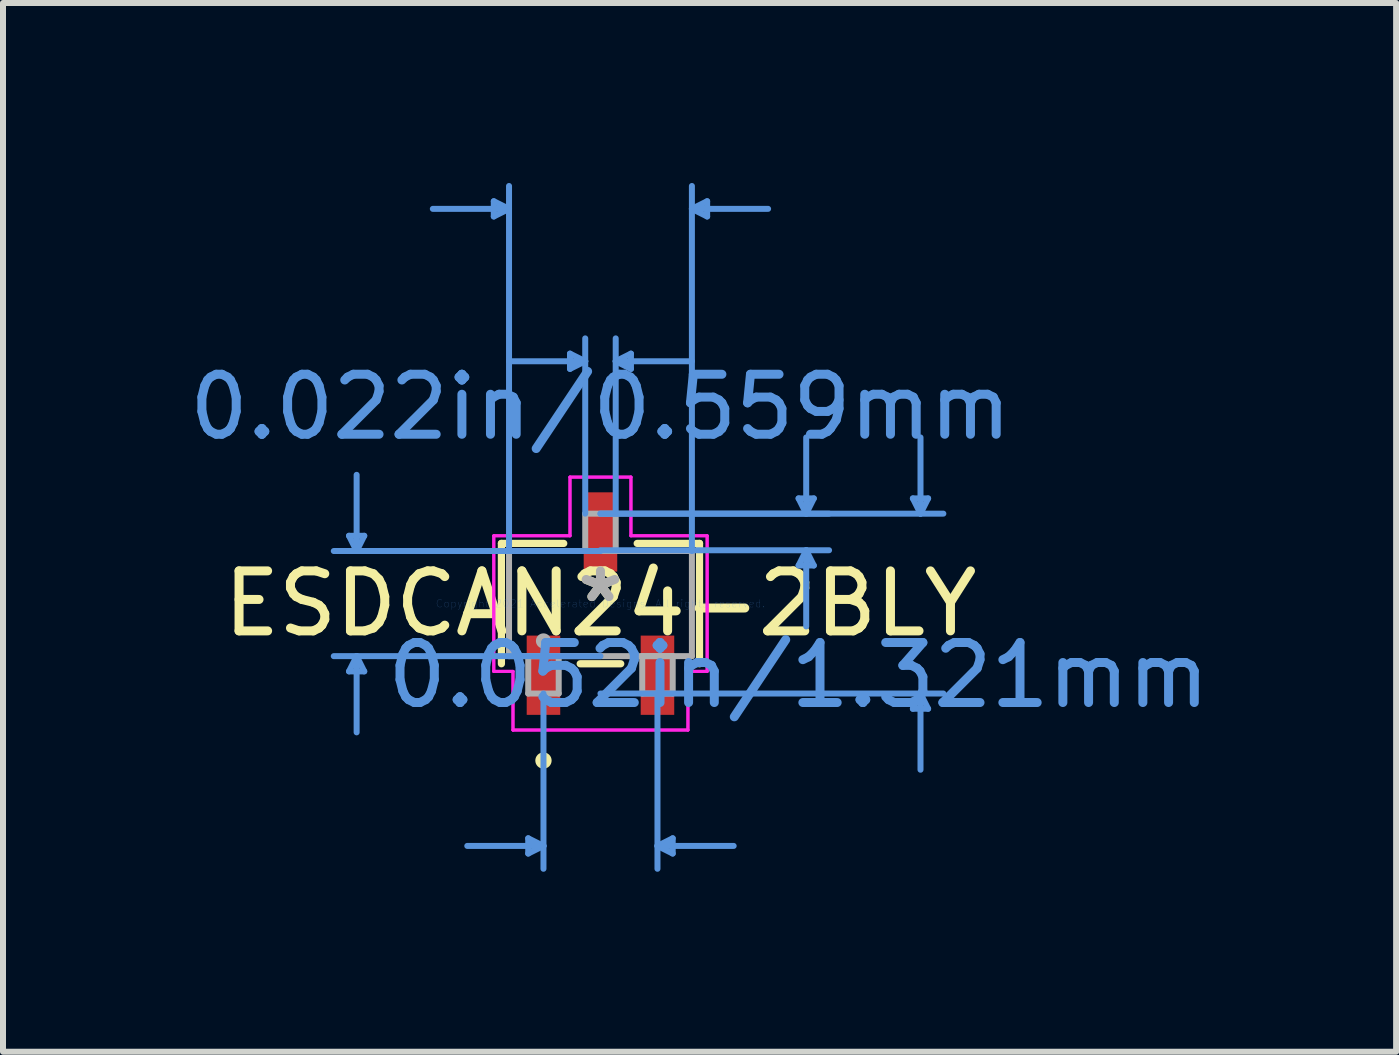
<source format=kicad_pcb>
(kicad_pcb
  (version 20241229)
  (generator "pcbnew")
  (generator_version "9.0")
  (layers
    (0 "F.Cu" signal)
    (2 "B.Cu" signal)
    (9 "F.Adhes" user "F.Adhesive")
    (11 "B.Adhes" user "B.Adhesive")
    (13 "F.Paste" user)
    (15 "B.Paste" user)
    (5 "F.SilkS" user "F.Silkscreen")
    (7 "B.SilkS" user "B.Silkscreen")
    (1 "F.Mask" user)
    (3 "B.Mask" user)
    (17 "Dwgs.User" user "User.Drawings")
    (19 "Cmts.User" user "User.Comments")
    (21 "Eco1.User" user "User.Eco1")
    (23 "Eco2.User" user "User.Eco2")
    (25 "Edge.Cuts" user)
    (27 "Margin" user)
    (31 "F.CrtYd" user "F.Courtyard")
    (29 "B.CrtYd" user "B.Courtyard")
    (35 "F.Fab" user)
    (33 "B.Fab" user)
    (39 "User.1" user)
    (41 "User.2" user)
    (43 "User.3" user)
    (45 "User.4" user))
  (footprint "ESDCAN24-2BLY"
    (layer "F.Cu")
    (at 6.958 7.01)
    (property "Reference" "ESDCAN24-2BLY" (at 0 0 0) (layer "F.SilkS") (effects (font (size 1 1) (thickness 0.15))))
    (attr through_hole)
    (fp_line (start -1.651 -1.003) (end -1.651 1.003) (stroke (width 0.12) (type solid)) (layer "F.SilkS"))
    (fp_line (start -0.612 -1.003) (end -1.651 -1.003) (stroke (width 0.12) (type solid)) (layer "F.SilkS"))
    (fp_line (start -0.338 1.003) (end 0.338 1.003) (stroke (width 0.12) (type solid)) (layer "F.SilkS"))
    (fp_line (start 1.651 -1.003) (end 0.612 -1.003) (stroke (width 0.12) (type solid)) (layer "F.SilkS"))
    (fp_line (start 1.651 1.003) (end 1.651 -1.003) (stroke (width 0.12) (type solid)) (layer "F.SilkS"))
    (fp_circle (center -0.95 2.616) (end -0.874 2.616) (stroke (width 0.12) (type solid)) (fill no) (layer "F.SilkS"))
    (fp_line (start -4.191 -1.13) (end -3.937 -1.13) (stroke (width 0.1) (type solid)) (layer "Cmts.User"))
    (fp_line (start -4.191 1.13) (end -3.937 1.13) (stroke (width 0.1) (type solid)) (layer "Cmts.User"))
    (fp_line (start -4.064 -0.876) (end -4.191 -1.13) (stroke (width 0.1) (type solid)) (layer "Cmts.User"))
    (fp_line (start -4.064 -0.876) (end -4.064 -2.146) (stroke (width 0.1) (type solid)) (layer "Cmts.User"))
    (fp_line (start -4.064 -0.876) (end -3.937 -1.13) (stroke (width 0.1) (type solid)) (layer "Cmts.User"))
    (fp_line (start -4.064 0.876) (end -4.191 1.13) (stroke (width 0.1) (type solid)) (layer "Cmts.User"))
    (fp_line (start -4.064 0.876) (end -4.064 2.146) (stroke (width 0.1) (type solid)) (layer "Cmts.User"))
    (fp_line (start -4.064 0.876) (end -3.937 1.13) (stroke (width 0.1) (type solid)) (layer "Cmts.User"))
    (fp_line (start -1.778 -6.706) (end -1.778 -6.452) (stroke (width 0.1) (type solid)) (layer "Cmts.User"))
    (fp_line (start -1.524 -6.579) (end -2.794 -6.579) (stroke (width 0.1) (type solid)) (layer "Cmts.User"))
    (fp_line (start -1.524 -6.579) (end -1.778 -6.706) (stroke (width 0.1) (type solid)) (layer "Cmts.User"))
    (fp_line (start -1.524 -6.579) (end -1.778 -6.452) (stroke (width 0.1) (type solid)) (layer "Cmts.User"))
    (fp_line (start -1.524 -0.876) (end -1.524 -6.96) (stroke (width 0.1) (type solid)) (layer "Cmts.User"))
    (fp_line (start -1.204 3.912) (end -1.204 4.166) (stroke (width 0.1) (type solid)) (layer "Cmts.User"))
    (fp_line (start -0.95 1.499) (end -0.95 4.42) (stroke (width 0.1) (type solid)) (layer "Cmts.User"))
    (fp_line (start -0.95 4.039) (end -2.22 4.039) (stroke (width 0.1) (type solid)) (layer "Cmts.User"))
    (fp_line (start -0.95 4.039) (end -1.204 3.912) (stroke (width 0.1) (type solid)) (layer "Cmts.User"))
    (fp_line (start -0.95 4.039) (end -1.204 4.166) (stroke (width 0.1) (type solid)) (layer "Cmts.User"))
    (fp_line (start -0.508 -4.166) (end -0.508 -3.912) (stroke (width 0.1) (type solid)) (layer "Cmts.User"))
    (fp_line (start -0.254 -4.039) (end -1.524 -4.039) (stroke (width 0.1) (type solid)) (layer "Cmts.User"))
    (fp_line (start -0.254 -4.039) (end -0.508 -4.166) (stroke (width 0.1) (type solid)) (layer "Cmts.User"))
    (fp_line (start -0.254 -4.039) (end -0.508 -3.912) (stroke (width 0.1) (type solid)) (layer "Cmts.User"))
    (fp_line (start -0.254 -1.499) (end -0.254 -4.42) (stroke (width 0.1) (type solid)) (layer "Cmts.User"))
    (fp_line (start 0 -1.499) (end 3.81 -1.499) (stroke (width 0.1) (type solid)) (layer "Cmts.User"))
    (fp_line (start 0 -1.499) (end 5.715 -1.499) (stroke (width 0.1) (type solid)) (layer "Cmts.User"))
    (fp_line (start 0 -0.889) (end 3.81 -0.889) (stroke (width 0.1) (type solid)) (layer "Cmts.User"))
    (fp_line (start 0 -0.876) (end -4.445 -0.876) (stroke (width 0.1) (type solid)) (layer "Cmts.User"))
    (fp_line (start 0 0.876) (end -4.445 0.876) (stroke (width 0.1) (type solid)) (layer "Cmts.User"))
    (fp_line (start 0 1.499) (end 5.715 1.499) (stroke (width 0.1) (type solid)) (layer "Cmts.User"))
    (fp_line (start 0.254 -4.039) (end 0.508 -4.166) (stroke (width 0.1) (type solid)) (layer "Cmts.User"))
    (fp_line (start 0.254 -4.039) (end 0.508 -3.912) (stroke (width 0.1) (type solid)) (layer "Cmts.User"))
    (fp_line (start 0.254 -4.039) (end 1.524 -4.039) (stroke (width 0.1) (type solid)) (layer "Cmts.User"))
    (fp_line (start 0.254 -1.499) (end 0.254 -4.42) (stroke (width 0.1) (type solid)) (layer "Cmts.User"))
    (fp_line (start 0.508 -4.166) (end 0.508 -3.912) (stroke (width 0.1) (type solid)) (layer "Cmts.User"))
    (fp_line (start 0.95 1.499) (end 0.95 4.42) (stroke (width 0.1) (type solid)) (layer "Cmts.User"))
    (fp_line (start 0.95 4.039) (end 1.204 3.912) (stroke (width 0.1) (type solid)) (layer "Cmts.User"))
    (fp_line (start 0.95 4.039) (end 1.204 4.166) (stroke (width 0.1) (type solid)) (layer "Cmts.User"))
    (fp_line (start 0.95 4.039) (end 2.22 4.039) (stroke (width 0.1) (type solid)) (layer "Cmts.User"))
    (fp_line (start 1.204 3.912) (end 1.204 4.166) (stroke (width 0.1) (type solid)) (layer "Cmts.User"))
    (fp_line (start 1.524 -6.579) (end 1.778 -6.706) (stroke (width 0.1) (type solid)) (layer "Cmts.User"))
    (fp_line (start 1.524 -6.579) (end 1.778 -6.452) (stroke (width 0.1) (type solid)) (layer "Cmts.User"))
    (fp_line (start 1.524 -6.579) (end 2.794 -6.579) (stroke (width 0.1) (type solid)) (layer "Cmts.User"))
    (fp_line (start 1.524 -0.876) (end 1.524 -6.96) (stroke (width 0.1) (type solid)) (layer "Cmts.User"))
    (fp_line (start 1.778 -6.706) (end 1.778 -6.452) (stroke (width 0.1) (type solid)) (layer "Cmts.User"))
    (fp_line (start 3.302 -1.753) (end 3.556 -1.753) (stroke (width 0.1) (type solid)) (layer "Cmts.User"))
    (fp_line (start 3.302 -0.635) (end 3.556 -0.635) (stroke (width 0.1) (type solid)) (layer "Cmts.User"))
    (fp_line (start 3.429 -1.499) (end 3.302 -1.753) (stroke (width 0.1) (type solid)) (layer "Cmts.User"))
    (fp_line (start 3.429 -1.499) (end 3.429 -2.769) (stroke (width 0.1) (type solid)) (layer "Cmts.User"))
    (fp_line (start 3.429 -1.499) (end 3.556 -1.753) (stroke (width 0.1) (type solid)) (layer "Cmts.User"))
    (fp_line (start 3.429 -0.889) (end 3.302 -0.635) (stroke (width 0.1) (type solid)) (layer "Cmts.User"))
    (fp_line (start 3.429 -0.889) (end 3.429 0.381) (stroke (width 0.1) (type solid)) (layer "Cmts.User"))
    (fp_line (start 3.429 -0.889) (end 3.556 -0.635) (stroke (width 0.1) (type solid)) (layer "Cmts.User"))
    (fp_line (start 5.207 -1.753) (end 5.461 -1.753) (stroke (width 0.1) (type solid)) (layer "Cmts.User"))
    (fp_line (start 5.207 1.753) (end 5.461 1.753) (stroke (width 0.1) (type solid)) (layer "Cmts.User"))
    (fp_line (start 5.334 -1.499) (end 5.207 -1.753) (stroke (width 0.1) (type solid)) (layer "Cmts.User"))
    (fp_line (start 5.334 -1.499) (end 5.334 -2.769) (stroke (width 0.1) (type solid)) (layer "Cmts.User"))
    (fp_line (start 5.334 -1.499) (end 5.461 -1.753) (stroke (width 0.1) (type solid)) (layer "Cmts.User"))
    (fp_line (start 5.334 1.499) (end 5.207 1.753) (stroke (width 0.1) (type solid)) (layer "Cmts.User"))
    (fp_line (start 5.334 1.499) (end 5.334 2.769) (stroke (width 0.1) (type solid)) (layer "Cmts.User"))
    (fp_line (start 5.334 1.499) (end 5.461 1.753) (stroke (width 0.1) (type solid)) (layer "Cmts.User"))
    (fp_line (start -1.778 -1.13) (end -0.508 -1.13) (stroke (width 0.05) (type solid)) (layer "F.CrtYd"))
    (fp_line (start -1.778 -1.13) (end -0.508 -1.13) (stroke (width 0.05) (type solid)) (layer "F.CrtYd"))
    (fp_line (start -1.778 1.13) (end -1.778 -1.13) (stroke (width 0.05) (type solid)) (layer "F.CrtYd"))
    (fp_line (start -1.778 1.13) (end -1.778 -1.13) (stroke (width 0.05) (type solid)) (layer "F.CrtYd"))
    (fp_line (start -1.778 1.13) (end -1.458 1.13) (stroke (width 0.05) (type solid)) (layer "F.CrtYd"))
    (fp_line (start -1.458 1.13) (end -1.778 1.13) (stroke (width 0.05) (type solid)) (layer "F.CrtYd"))
    (fp_line (start -1.458 1.13) (end -1.458 2.108) (stroke (width 0.05) (type solid)) (layer "F.CrtYd"))
    (fp_line (start -1.458 2.108) (end -1.458 1.13) (stroke (width 0.05) (type solid)) (layer "F.CrtYd"))
    (fp_line (start -1.458 2.108) (end 1.458 2.108) (stroke (width 0.05) (type solid)) (layer "F.CrtYd"))
    (fp_line (start -0.508 -2.108) (end 0.508 -2.108) (stroke (width 0.05) (type solid)) (layer "F.CrtYd"))
    (fp_line (start -0.508 -2.108) (end 0.508 -2.108) (stroke (width 0.05) (type solid)) (layer "F.CrtYd"))
    (fp_line (start -0.508 -1.13) (end -0.508 -2.108) (stroke (width 0.05) (type solid)) (layer "F.CrtYd"))
    (fp_line (start -0.508 -1.13) (end -0.508 -2.108) (stroke (width 0.05) (type solid)) (layer "F.CrtYd"))
    (fp_line (start 0.508 -2.108) (end 0.508 -1.13) (stroke (width 0.05) (type solid)) (layer "F.CrtYd"))
    (fp_line (start 0.508 -1.13) (end 0.508 -2.108) (stroke (width 0.05) (type solid)) (layer "F.CrtYd"))
    (fp_line (start 0.508 -1.13) (end 1.778 -1.13) (stroke (width 0.05) (type solid)) (layer "F.CrtYd"))
    (fp_line (start 1.458 1.13) (end 1.458 2.108) (stroke (width 0.05) (type solid)) (layer "F.CrtYd"))
    (fp_line (start 1.458 1.13) (end 1.458 2.108) (stroke (width 0.05) (type solid)) (layer "F.CrtYd"))
    (fp_line (start 1.458 2.108) (end -1.458 2.108) (stroke (width 0.05) (type solid)) (layer "F.CrtYd"))
    (fp_line (start 1.778 -1.13) (end 0.508 -1.13) (stroke (width 0.05) (type solid)) (layer "F.CrtYd"))
    (fp_line (start 1.778 -1.13) (end 1.778 1.13) (stroke (width 0.05) (type solid)) (layer "F.CrtYd"))
    (fp_line (start 1.778 -1.13) (end 1.778 1.13) (stroke (width 0.05) (type solid)) (layer "F.CrtYd"))
    (fp_line (start 1.778 1.13) (end 1.458 1.13) (stroke (width 0.05) (type solid)) (layer "F.CrtYd"))
    (fp_line (start 1.778 1.13) (end 1.458 1.13) (stroke (width 0.05) (type solid)) (layer "F.CrtYd"))
    (fp_line (start -1.524 -0.876) (end -1.524 0.876) (stroke (width 0.1) (type solid)) (layer "F.Fab"))
    (fp_line (start -1.524 0.876) (end 1.524 0.876) (stroke (width 0.1) (type solid)) (layer "F.Fab"))
    (fp_line (start -1.204 0.876) (end -1.204 1.499) (stroke (width 0.1) (type solid)) (layer "F.Fab"))
    (fp_line (start -1.204 1.499) (end -0.696 1.499) (stroke (width 0.1) (type solid)) (layer "F.Fab"))
    (fp_line (start -0.696 0.876) (end -1.204 0.876) (stroke (width 0.1) (type solid)) (layer "F.Fab"))
    (fp_line (start -0.696 1.499) (end -0.696 0.876) (stroke (width 0.1) (type solid)) (layer "F.Fab"))
    (fp_line (start -0.254 -1.499) (end -0.254 -0.876) (stroke (width 0.1) (type solid)) (layer "F.Fab"))
    (fp_line (start -0.254 -0.876) (end 0.254 -0.876) (stroke (width 0.1) (type solid)) (layer "F.Fab"))
    (fp_line (start 0.254 -1.499) (end -0.254 -1.499) (stroke (width 0.1) (type solid)) (layer "F.Fab"))
    (fp_line (start 0.254 -0.876) (end 0.254 -1.499) (stroke (width 0.1) (type solid)) (layer "F.Fab"))
    (fp_line (start 0.696 0.876) (end 0.696 1.499) (stroke (width 0.1) (type solid)) (layer "F.Fab"))
    (fp_line (start 0.696 1.499) (end 1.204 1.499) (stroke (width 0.1) (type solid)) (layer "F.Fab"))
    (fp_line (start 1.204 0.876) (end 0.696 0.876) (stroke (width 0.1) (type solid)) (layer "F.Fab"))
    (fp_line (start 1.204 1.499) (end 1.204 0.876) (stroke (width 0.1) (type solid)) (layer "F.Fab"))
    (fp_line (start 1.524 -0.876) (end -1.524 -0.876) (stroke (width 0.1) (type solid)) (layer "F.Fab"))
    (fp_line (start 1.524 0.876) (end 1.524 -0.876) (stroke (width 0.1) (type solid)) (layer "F.Fab"))
    (fp_circle (center -0.95 0.622) (end -0.874 0.622) (stroke (width 0.1) (type solid)) (fill no) (layer "F.Fab"))
    (fp_text user "*" (at 0 0 0) (layer "F.SilkS") (effects (font (size 1 1) (thickness 0.15))))
    (fp_text user "Copyright 2021 Accelerated Designs. All rights reserved." (at 0 0 0) (layer "Cmts.User") (effects (font (size 0.127 0.127) (thickness 0.002))))
    (fp_text user "0.022in/0.559mm" (at 0 -3.277 0) (layer "Cmts.User") (effects (font (size 1 1) (thickness 0.15))))
    (fp_text user "0.052in/1.321mm" (at 3.302 1.194 0) (layer "Cmts.User") (effects (font (size 1 1) (thickness 0.15))))
    (fp_text user "*" (at 0 0 0) (layer "F.Fab") (effects (font (size 1 1) (thickness 0.15))))
    (pad "1" smd rect (at -0.95 1.194) (size 0.559 1.321) (layers "F.Cu" "F.Mask" "F.Paste"))
    (pad "2" smd rect (at 0.95 1.194) (size 0.559 1.321) (layers "F.Cu" "F.Mask" "F.Paste"))
    (pad "3" smd rect (at 0 -1.194) (size 0.559 1.321) (layers "F.Cu" "F.Mask" "F.Paste")))
  (gr_rect
    (start -3 -3)
    (end 20.219 14.479)
    (stroke (width 0.1) (type default))
    (fill no)
    (layer "Edge.Cuts")))
</source>
